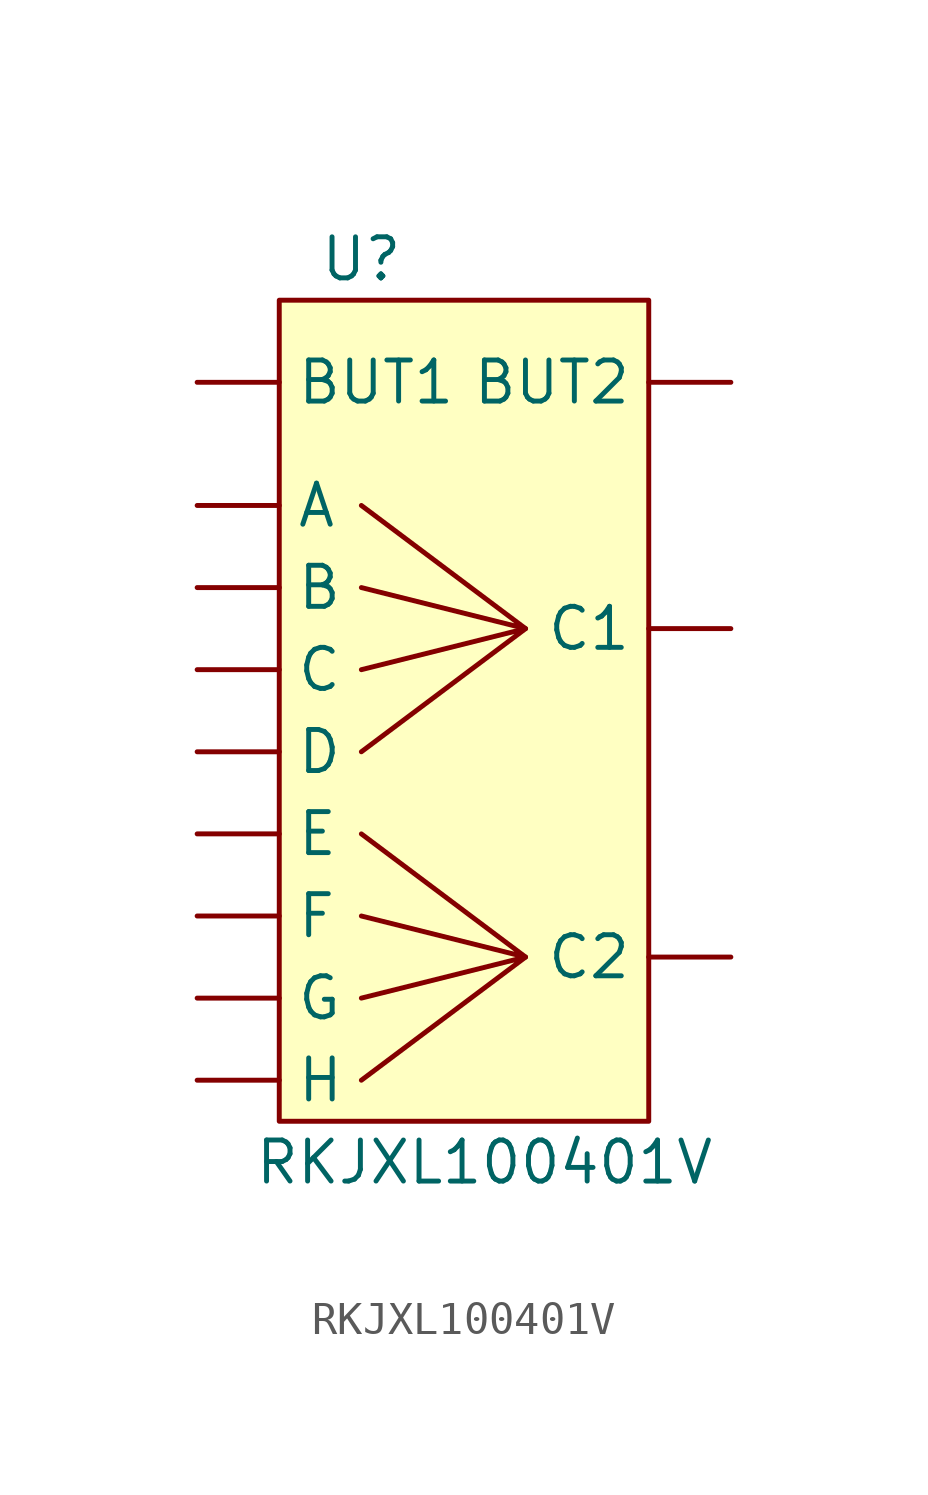
<source format=kicad_sym>
(kicad_symbol_lib
  (version 20211014)
  (generator kicad_symbol_editor)
  (symbol "RKJXL100401V"
    (pin_numbers hide)
    (property "Reference" "U"
      (at -2.54 13.97 0)
      (effects (font (size 1.27 1.27))))
    (property "Value" "RKJXL100401V"
      (at 1.27 -13.97 0)
      (effects (font (size 1.27 1.27))))
    (symbol "RKJXL100401V_0_1"
      (rectangle (start -5.08 -12.7) (end 6.35 12.7) (stroke (width 0) (type default) (color 0 0 0 0)) (fill (type background)))
      (polyline (pts (xy -2.54 -8.89) (xy 2.54 -7.62) (xy -2.54 -11.43)) (stroke (width 0) (type default) (color 0 0 0 0)) (fill (type none)))
      (polyline (pts (xy -2.54 -3.81) (xy 2.54 -7.62) (xy -2.54 -6.35)) (stroke (width 0) (type default) (color 0 0 0 0)) (fill (type none)))
      (polyline (pts (xy -2.54 1.27) (xy 2.54 2.54) (xy -2.54 -1.27)) (stroke (width 0) (type default) (color 0 0 0 0)) (fill (type none)))
      (polyline (pts (xy -2.54 6.35) (xy 2.54 2.54) (xy -2.54 3.81)) (stroke (width 0) (type default) (color 0 0 0 0)) (fill (type none))))
    (symbol "RKJXL100401V_1_1"
      (pin passive line (at -7.62 10.16 0) (length 2.54) (name "BUT1" (effects (font (size 1.27 1.27)))) (number "1" (effects (font (size 1.27 1.27)))))
      (pin passive line (at 8.89 10.16 180) (length 2.54) (name "BUT2" (effects (font (size 1.27 1.27)))) (number "2" (effects (font (size 1.27 1.27)))))
      (pin passive line (at -7.62 6.35 0) (length 2.54) (name "A" (effects (font (size 1.27 1.27)))) (number "A" (effects (font (size 1.27 1.27)))))
      (pin passive line (at -7.62 3.81 0) (length 2.54) (name "B" (effects (font (size 1.27 1.27)))) (number "B" (effects (font (size 1.27 1.27)))))
      (pin passive line (at -7.62 1.27 0) (length 2.54) (name "C" (effects (font (size 1.27 1.27)))) (number "C" (effects (font (size 1.27 1.27)))))
      (pin passive line (at 8.89 2.54 180) (length 2.54) (name "C1" (effects (font (size 1.27 1.27)))) (number "C1" (effects (font (size 1.27 1.27)))))
      (pin passive line (at 8.89 -7.62 180) (length 2.54) (name "C2" (effects (font (size 1.27 1.27)))) (number "C2" (effects (font (size 1.27 1.27)))))
      (pin passive line (at -7.62 -1.27 0) (length 2.54) (name "D" (effects (font (size 1.27 1.27)))) (number "D" (effects (font (size 1.27 1.27)))))
      (pin passive line (at -7.62 -3.81 0) (length 2.54) (name "E" (effects (font (size 1.27 1.27)))) (number "E" (effects (font (size 1.27 1.27)))))
      (pin passive line (at -7.62 -6.35 0) (length 2.54) (name "F" (effects (font (size 1.27 1.27)))) (number "F" (effects (font (size 1.27 1.27)))))
      (pin passive line (at -7.62 -8.89 0) (length 2.54) (name "G" (effects (font (size 1.27 1.27)))) (number "G" (effects (font (size 1.27 1.27)))))
      (pin passive line (at -7.62 -11.43 0) (length 2.54) (name "H" (effects (font (size 1.27 1.27)))) (number "H" (effects (font (size 1.27 1.27))))))))
</source>
